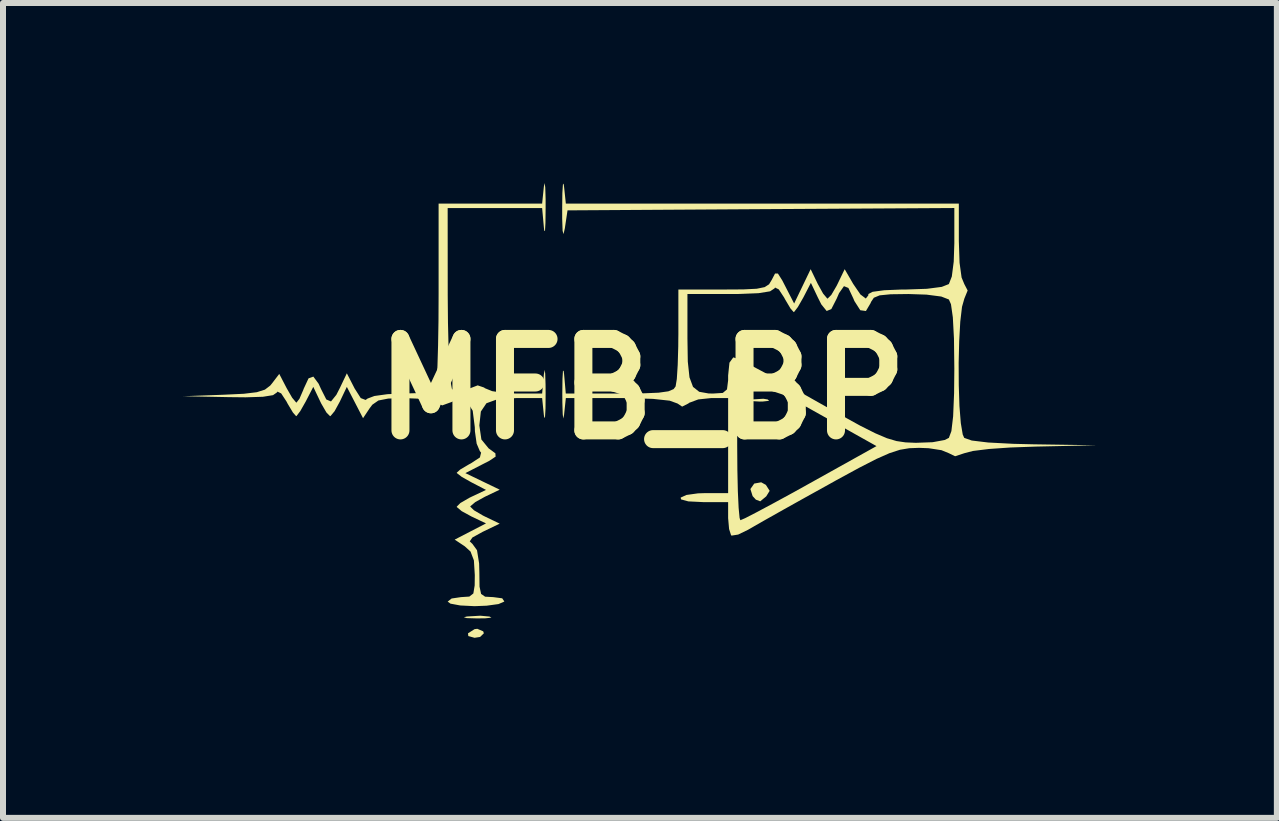
<source format=kicad_pcb>
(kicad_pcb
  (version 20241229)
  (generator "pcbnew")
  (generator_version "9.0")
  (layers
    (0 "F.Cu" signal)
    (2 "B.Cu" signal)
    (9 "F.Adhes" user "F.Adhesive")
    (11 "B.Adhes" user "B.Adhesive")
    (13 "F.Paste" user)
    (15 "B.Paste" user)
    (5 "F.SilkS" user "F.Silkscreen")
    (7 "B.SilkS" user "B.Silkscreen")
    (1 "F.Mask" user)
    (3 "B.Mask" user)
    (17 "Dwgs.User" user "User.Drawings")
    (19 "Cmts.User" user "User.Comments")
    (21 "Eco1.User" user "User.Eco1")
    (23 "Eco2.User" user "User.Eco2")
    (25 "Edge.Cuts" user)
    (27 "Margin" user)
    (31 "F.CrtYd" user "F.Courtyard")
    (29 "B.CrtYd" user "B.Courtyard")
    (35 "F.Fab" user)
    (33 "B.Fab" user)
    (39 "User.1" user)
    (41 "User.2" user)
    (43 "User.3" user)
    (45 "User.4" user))
  (footprint "MFB_BP"
    (layer "F.Cu")
    (at 7.65 3.432)
    (property "Reference" "MFB_BP" (at 0 0 0) (layer "F.SilkS") (effects (font (size 1.524 1.524) (thickness 0.3))))
    (attr board_only exclude_from_pos_files exclude_from_bom)
    (fp_poly (pts (xy -2.649 4.037) (xy -2.638 4.07) (xy -2.701 4.131) (xy -2.793 4.145) (xy -2.897 4.116) (xy -2.902 4.07) (xy -2.793 4.001) (xy -2.747 3.995)) (stroke (width 0) (type solid)) (fill yes) (layer "F.SilkS"))
    (fp_poly (pts (xy -2.543 3.791) (xy -2.512 3.809) (xy -2.611 3.82) (xy -2.751 3.822) (xy -2.922 3.817) (xy -2.972 3.803) (xy -2.92 3.79) (xy -2.697 3.777)) (stroke (width 0) (type solid)) (fill yes) (layer "F.SilkS"))
    (fp_poly (pts (xy 2.092 0.174) (xy 2.115 0.196) (xy 2.011 0.208) (xy 1.96 0.209) (xy 1.823 0.201) (xy 1.806 0.181) (xy 1.828 0.174) (xy 2.019 0.162)) (stroke (width 0) (type solid)) (fill yes) (layer "F.SilkS"))
    (fp_poly (pts (xy 2.061 1.597) (xy 2.124 1.696) (xy 2.067 1.788) (xy 1.967 1.871) (xy 1.894 1.843) (xy 1.84 1.784) (xy 1.803 1.666) (xy 1.867 1.575) (xy 1.983 1.554)) (stroke (width 0) (type solid)) (fill yes) (layer "F.SilkS"))
    (fp_poly (pts (xy -1.615 -3.357) (xy -1.609 -3.164) (xy -1.609 -3.015) (xy -1.612 -2.77) (xy -1.619 -2.638) (xy -1.631 -2.634) (xy -1.638 -2.695) (xy -1.667 -3.015) (xy -3.241 -3.015) (xy -3.24 -1.564) (xy -3.236 -1.106) (xy -3.226 -0.696) (xy -3.211 -0.359) (xy -3.192 -0.12) (xy -3.171 -0.006) (xy -3.169 -0.003) (xy -3.099 0.065) (xy -2.993 0.045) (xy -2.905 0.002) (xy -2.741 -0.061) (xy -2.634 -0.025) (xy -2.621 -0.014) (xy -2.501 0.035) (xy -2.285 0.068) (xy -2.1 0.075) (xy -1.667 0.075) (xy -1.638 -0.245) (xy -1.625 -0.32) (xy -1.616 -0.259) (xy -1.61 -0.077) (xy -1.609 0.075) (xy -1.611 0.325) (xy -1.619 0.466) (xy -1.63 0.483) (xy -1.638 0.433) (xy -1.667 0.151) (xy -2.1 0.151) (xy -2.408 0.169) (xy -2.595 0.237) (xy -2.688 0.375) (xy -2.713 0.604) (xy -2.713 0.609) (xy -2.679 0.841) (xy -2.559 0.988) (xy -2.545 0.998) (xy -2.446 1.071) (xy -2.442 1.126) (xy -2.547 1.196) (xy -2.662 1.255) (xy -2.946 1.401) (xy -2.66 1.539) (xy -2.374 1.677) (xy -2.619 1.794) (xy -2.78 1.883) (xy -2.862 1.952) (xy -2.864 1.96) (xy -2.803 2.02) (xy -2.653 2.108) (xy -2.619 2.125) (xy -2.374 2.243) (xy -2.659 2.38) (xy -2.829 2.474) (xy -2.873 2.538) (xy -2.828 2.581) (xy -2.752 2.686) (xy -2.717 2.907) (xy -2.713 3.056) (xy -2.71 3.292) (xy -2.684 3.414) (xy -2.617 3.46) (xy -2.485 3.467) (xy -2.483 3.467) (xy -2.332 3.487) (xy -2.297 3.54) (xy -2.299 3.542) (xy -2.394 3.583) (xy -2.592 3.61) (xy -2.793 3.618) (xy -3.032 3.606) (xy -3.194 3.576) (xy -3.241 3.542) (xy -3.175 3.49) (xy -3.018 3.467) (xy -3.015 3.467) (xy -2.88 3.458) (xy -2.813 3.406) (xy -2.791 3.272) (xy -2.789 3.099) (xy -2.804 2.855) (xy -2.86 2.708) (xy -2.957 2.62) (xy -3.124 2.509) (xy -2.863 2.374) (xy -2.602 2.239) (xy -2.846 2.123) (xy -3.007 2.035) (xy -3.088 1.967) (xy -3.09 1.96) (xy -3.029 1.899) (xy -2.879 1.812) (xy -2.846 1.796) (xy -2.602 1.681) (xy -2.846 1.554) (xy -3.006 1.464) (xy -3.087 1.401) (xy -3.09 1.394) (xy -3.031 1.341) (xy -2.884 1.254) (xy -2.855 1.239) (xy -2.704 1.14) (xy -2.684 1.06) (xy -2.705 1.034) (xy -2.758 0.91) (xy -2.787 0.704) (xy -2.789 0.635) (xy -2.824 0.361) (xy -2.923 0.203) (xy -3.073 0.172) (xy -3.181 0.218) (xy -3.332 0.273) (xy -3.416 0.232) (xy -3.53 0.189) (xy -3.744 0.16) (xy -3.963 0.151) (xy -4.232 0.159) (xy -4.395 0.191) (xy -4.496 0.261) (xy -4.54 0.319) (xy -4.651 0.486) (xy -4.786 0.225) (xy -4.921 -0.036) (xy -5.037 0.208) (xy -5.125 0.369) (xy -5.193 0.45) (xy -5.201 0.452) (xy -5.261 0.391) (xy -5.348 0.241) (xy -5.364 0.208) (xy -5.48 -0.036) (xy -5.606 0.208) (xy -5.697 0.368) (xy -5.759 0.449) (xy -5.766 0.452) (xy -5.819 0.392) (xy -5.907 0.245) (xy -5.927 0.207) (xy -6.015 0.073) (xy -6.077 0.043) (xy -6.086 0.057) (xy -6.151 0.102) (xy -6.319 0.129) (xy -6.607 0.138) (xy -6.884 0.135) (xy -7.65 0.12) (xy -6.972 0.095) (xy -6.638 0.079) (xy -6.421 0.053) (xy -6.286 0.01) (xy -6.198 -0.057) (xy -6.17 -0.091) (xy -6.047 -0.252) (xy -5.923 -0.013) (xy -5.832 0.145) (xy -5.766 0.224) (xy -5.76 0.226) (xy -5.711 0.163) (xy -5.645 0.011) (xy -5.642 0) (xy -5.559 -0.178) (xy -5.479 -0.207) (xy -5.391 -0.088) (xy -5.351 0) (xy -5.263 0.174) (xy -5.185 0.207) (xy -5.096 0.097) (xy -5.037 -0.018) (xy -4.921 -0.262) (xy -4.791 -0.009) (xy -4.689 0.151) (xy -4.608 0.182) (xy -4.576 0.159) (xy -4.462 0.116) (xy -4.245 0.086) (xy -3.988 0.075) (xy -3.699 0.067) (xy -3.529 0.036) (xy -3.448 -0.023) (xy -3.437 -0.044) (xy -3.423 -0.154) (xy -3.411 -0.389) (xy -3.401 -0.724) (xy -3.394 -1.133) (xy -3.392 -1.592) (xy -3.392 -1.627) (xy -3.392 -3.09) (xy -1.667 -3.09) (xy -1.638 -3.373) (xy -1.625 -3.432)) (stroke (width 0) (type solid)) (fill yes) (layer "F.SilkS"))
    (fp_poly (pts (xy -1.302 -3.373) (xy -1.272 -3.09) (xy 5.276 -3.09) (xy 5.276 -2.465) (xy 5.288 -2.105) (xy 5.322 -1.858) (xy 5.368 -1.747) (xy 5.423 -1.642) (xy 5.368 -1.507) (xy 5.329 -1.37) (xy 5.3 -1.123) (xy 5.282 -0.8) (xy 5.273 -0.435) (xy 5.275 -0.063) (xy 5.286 0.283) (xy 5.309 0.568) (xy 5.341 0.758) (xy 5.366 0.814) (xy 5.491 0.858) (xy 5.765 0.891) (xy 6.187 0.913) (xy 6.516 0.921) (xy 7.575 0.937) (xy 6.557 0.959) (xy 6.135 0.974) (xy 5.777 0.999) (xy 5.511 1.032) (xy 5.369 1.069) (xy 5.214 1.12) (xy 5.109 1.069) (xy 4.987 1.019) (xy 4.772 0.986) (xy 4.614 0.98) (xy 4.451 0.986) (xy 4.295 1.012) (xy 4.122 1.068) (xy 3.903 1.165) (xy 3.614 1.313) (xy 3.228 1.523) (xy 3.103 1.593) (xy 2.715 1.808) (xy 2.357 2.008) (xy 2.057 2.177) (xy 1.843 2.299) (xy 1.764 2.345) (xy 1.599 2.425) (xy 1.491 2.442) (xy 1.481 2.436) (xy 1.448 2.333) (xy 1.432 2.151) (xy 1.432 2.136) (xy 1.432 1.884) (xy 1.013 1.884) (xy 0.769 1.872) (xy 0.648 1.839) (xy 0.641 1.809) (xy 0.737 1.765) (xy 0.931 1.738) (xy 1.06 1.734) (xy 1.432 1.734) (xy 1.432 0.934) (xy 1.583 0.934) (xy 1.586 1.349) (xy 1.594 1.706) (xy 1.607 1.98) (xy 1.623 2.147) (xy 1.636 2.186) (xy 1.717 2.151) (xy 1.905 2.054) (xy 2.18 1.907) (xy 2.518 1.723) (xy 2.797 1.568) (xy 3.904 0.951) (xy 2.837 0.353) (xy 2.471 0.149) (xy 2.147 -0.03) (xy 1.89 -0.17) (xy 1.724 -0.258) (xy 1.677 -0.281) (xy 1.641 -0.262) (xy 1.615 -0.162) (xy 1.597 0.036) (xy 1.587 0.348) (xy 1.583 0.789) (xy 1.583 0.934) (xy 1.432 0.934) (xy 1.432 0.151) (xy 1.146 0.151) (xy 0.935 0.173) (xy 0.784 0.229) (xy 0.769 0.241) (xy 0.666 0.293) (xy 0.588 0.241) (xy 0.458 0.194) (xy 0.18 0.164) (xy -0.246 0.151) (xy -0.387 0.151) (xy -1.272 0.151) (xy -1.302 0.433) (xy -1.315 0.492) (xy -1.324 0.417) (xy -1.33 0.225) (xy -1.331 0.075) (xy -1.328 -0.169) (xy -1.32 -0.301) (xy -1.309 -0.305) (xy -1.301 -0.245) (xy -1.273 0.075) (xy -0.381 0.075) (xy 0.009 0.072) (xy 0.274 0.061) (xy 0.437 0.038) (xy 0.524 0.001) (xy 0.557 -0.044) (xy 0.577 -0.167) (xy 0.592 -0.402) (xy 0.601 -0.71) (xy 0.602 -0.844) (xy 0.754 -0.844) (xy 0.76 -0.457) (xy 0.788 -0.195) (xy 0.847 -0.036) (xy 0.95 0.046) (xy 1.108 0.074) (xy 1.183 0.075) (xy 1.343 0.065) (xy 1.413 0.006) (xy 1.432 -0.146) (xy 1.432 -0.226) (xy 1.454 -0.439) (xy 1.516 -0.525) (xy 1.526 -0.526) (xy 1.619 -0.49) (xy 1.82 -0.39) (xy 2.107 -0.238) (xy 2.458 -0.046) (xy 2.852 0.175) (xy 2.864 0.182) (xy 3.303 0.429) (xy 3.635 0.612) (xy 3.886 0.738) (xy 4.079 0.82) (xy 4.238 0.867) (xy 4.388 0.889) (xy 4.554 0.896) (xy 4.564 0.896) (xy 4.84 0.886) (xy 5.041 0.849) (xy 5.11 0.814) (xy 5.152 0.701) (xy 5.181 0.455) (xy 5.197 0.07) (xy 5.201 -0.339) (xy 5.195 -0.839) (xy 5.176 -1.195) (xy 5.145 -1.413) (xy 5.11 -1.492) (xy 4.984 -1.541) (xy 4.737 -1.573) (xy 4.437 -1.583) (xy 4.139 -1.579) (xy 3.957 -1.561) (xy 3.86 -1.521) (xy 3.813 -1.451) (xy 3.806 -1.432) (xy 3.728 -1.3) (xy 3.634 -1.313) (xy 3.536 -1.466) (xy 3.519 -1.507) (xy 3.436 -1.684) (xy 3.362 -1.714) (xy 3.28 -1.597) (xy 3.241 -1.507) (xy 3.152 -1.333) (xy 3.074 -1.3) (xy 2.985 -1.41) (xy 2.927 -1.525) (xy 2.811 -1.769) (xy 2.685 -1.525) (xy 2.594 -1.366) (xy 2.531 -1.284) (xy 2.525 -1.281) (xy 2.472 -1.341) (xy 2.384 -1.489) (xy 2.364 -1.526) (xy 2.276 -1.66) (xy 2.214 -1.691) (xy 2.205 -1.677) (xy 2.131 -1.628) (xy 1.938 -1.597) (xy 1.614 -1.584) (xy 1.463 -1.583) (xy 0.754 -1.583) (xy 0.754 -0.844) (xy 0.602 -0.844) (xy 0.603 -0.911) (xy 0.603 -1.658) (xy 1.345 -1.658) (xy 1.687 -1.66) (xy 1.909 -1.671) (xy 2.041 -1.698) (xy 2.114 -1.745) (xy 2.16 -1.821) (xy 2.163 -1.827) (xy 2.214 -1.925) (xy 2.262 -1.924) (xy 2.334 -1.81) (xy 2.385 -1.711) (xy 2.532 -1.425) (xy 2.807 -1.997) (xy 2.925 -1.752) (xy 3.014 -1.591) (xy 3.082 -1.51) (xy 3.09 -1.507) (xy 3.151 -1.568) (xy 3.239 -1.718) (xy 3.256 -1.752) (xy 3.374 -1.997) (xy 3.515 -1.753) (xy 3.636 -1.576) (xy 3.726 -1.508) (xy 3.768 -1.561) (xy 3.769 -1.583) (xy 3.839 -1.62) (xy 4.033 -1.646) (xy 4.323 -1.658) (xy 4.394 -1.658) (xy 4.744 -1.67) (xy 4.991 -1.702) (xy 5.11 -1.749) (xy 5.159 -1.875) (xy 5.191 -2.123) (xy 5.201 -2.428) (xy 5.201 -3.016) (xy 1.978 -2.997) (xy -1.244 -2.977) (xy -1.289 -2.676) (xy -1.311 -2.581) (xy -1.326 -2.637) (xy -1.333 -2.842) (xy -1.333 -3.015) (xy -1.33 -3.264) (xy -1.321 -3.406) (xy -1.309 -3.423)) (stroke (width 0) (type solid)) (fill yes) (layer "F.SilkS")))
  (gr_rect
    (start -3 -3)
    (end 18.225 10.577)
    (stroke (width 0.1) (type default))
    (fill no)
    (layer "Edge.Cuts")))
</source>
